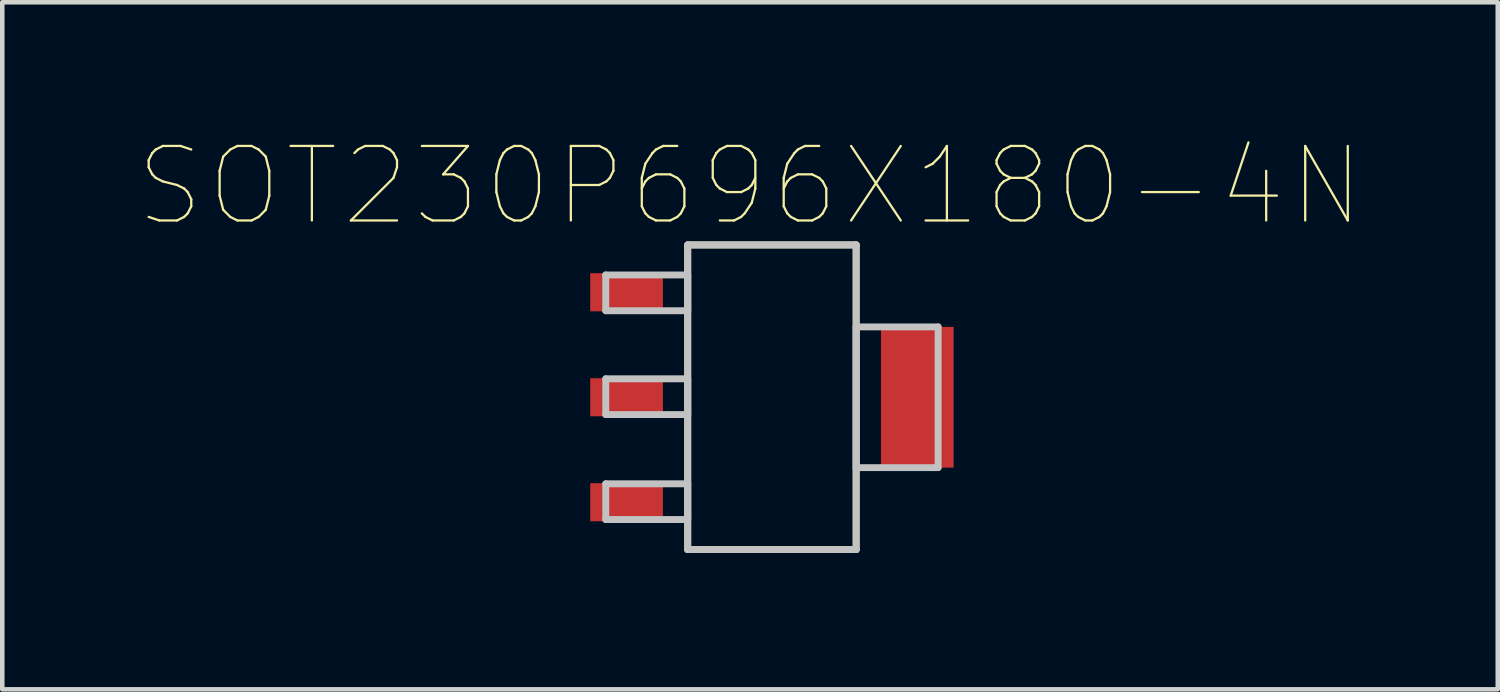
<source format=kicad_pcb>
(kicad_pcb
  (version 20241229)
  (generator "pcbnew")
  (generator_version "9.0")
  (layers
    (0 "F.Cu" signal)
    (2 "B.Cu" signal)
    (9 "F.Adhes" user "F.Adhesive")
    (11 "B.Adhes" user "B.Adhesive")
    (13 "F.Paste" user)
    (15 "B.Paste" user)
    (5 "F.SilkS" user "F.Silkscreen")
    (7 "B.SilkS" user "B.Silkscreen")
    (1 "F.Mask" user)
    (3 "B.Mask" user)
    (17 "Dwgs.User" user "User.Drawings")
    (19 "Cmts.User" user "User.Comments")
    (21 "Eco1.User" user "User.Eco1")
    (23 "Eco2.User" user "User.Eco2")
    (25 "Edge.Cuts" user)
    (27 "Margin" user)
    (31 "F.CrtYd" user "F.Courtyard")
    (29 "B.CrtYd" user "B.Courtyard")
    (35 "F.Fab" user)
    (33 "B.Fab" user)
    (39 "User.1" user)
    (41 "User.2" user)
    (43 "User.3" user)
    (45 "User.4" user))
  (footprint "SOT230P696X180-4N"
    (layer "F.Cu")
    (at 13.943 5.695)
    (property "Reference" "SOT230P696X180-4N" (at -0.483 -4.648 0) (layer "F.SilkS") (effects (font (size 1.64 1.64) (thickness 0.05))))
    (attr smd)
    (fp_line (start -1.854 -3.353) (end -1.854 3.353) (stroke (width 0.152) (type solid)) (layer "F.SilkS"))
    (fp_line (start -1.854 3.353) (end 1.854 3.353) (stroke (width 0.152) (type solid)) (layer "F.SilkS"))
    (fp_line (start 1.854 -3.353) (end -1.854 -3.353) (stroke (width 0.152) (type solid)) (layer "F.SilkS"))
    (fp_line (start 1.854 3.353) (end 1.854 -3.353) (stroke (width 0.152) (type solid)) (layer "F.SilkS"))
    (fp_line (start -3.658 -2.692) (end -3.658 -1.905) (stroke (width 0.152) (type solid)) (layer "Dwgs.User"))
    (fp_line (start -3.658 -1.905) (end -1.854 -1.905) (stroke (width 0.152) (type solid)) (layer "Dwgs.User"))
    (fp_line (start -3.658 -0.406) (end -3.658 0.381) (stroke (width 0.152) (type solid)) (layer "Dwgs.User"))
    (fp_line (start -3.658 0.381) (end -1.854 0.381) (stroke (width 0.152) (type solid)) (layer "Dwgs.User"))
    (fp_line (start -3.658 1.905) (end -3.658 2.692) (stroke (width 0.152) (type solid)) (layer "Dwgs.User"))
    (fp_line (start -3.658 2.692) (end -1.854 2.692) (stroke (width 0.152) (type solid)) (layer "Dwgs.User"))
    (fp_line (start -1.854 -3.353) (end -1.854 3.353) (stroke (width 0.152) (type solid)) (layer "Dwgs.User"))
    (fp_line (start -1.854 -2.692) (end -3.658 -2.692) (stroke (width 0.152) (type solid)) (layer "Dwgs.User"))
    (fp_line (start -1.854 -1.905) (end -1.854 -2.692) (stroke (width 0.152) (type solid)) (layer "Dwgs.User"))
    (fp_line (start -1.854 -0.406) (end -3.658 -0.406) (stroke (width 0.152) (type solid)) (layer "Dwgs.User"))
    (fp_line (start -1.854 0.381) (end -1.854 -0.406) (stroke (width 0.152) (type solid)) (layer "Dwgs.User"))
    (fp_line (start -1.854 1.905) (end -3.658 1.905) (stroke (width 0.152) (type solid)) (layer "Dwgs.User"))
    (fp_line (start -1.854 2.692) (end -1.854 1.905) (stroke (width 0.152) (type solid)) (layer "Dwgs.User"))
    (fp_line (start -1.854 3.353) (end 1.854 3.353) (stroke (width 0.152) (type solid)) (layer "Dwgs.User"))
    (fp_line (start 1.854 -3.353) (end -1.854 -3.353) (stroke (width 0.152) (type solid)) (layer "Dwgs.User"))
    (fp_line (start 1.854 -1.549) (end 1.854 1.549) (stroke (width 0.152) (type solid)) (layer "Dwgs.User"))
    (fp_line (start 1.854 1.549) (end 3.658 1.549) (stroke (width 0.152) (type solid)) (layer "Dwgs.User"))
    (fp_line (start 1.854 3.353) (end 1.854 -3.353) (stroke (width 0.152) (type solid)) (layer "Dwgs.User"))
    (fp_line (start 3.658 -1.549) (end 1.854 -1.549) (stroke (width 0.152) (type solid)) (layer "Dwgs.User"))
    (fp_line (start 3.658 1.549) (end 3.658 -1.549) (stroke (width 0.152) (type solid)) (layer "Dwgs.User"))
    (pad "1" smd rect (at -3.2 -2.311) (size 1.6 0.838) (layers "F.Cu" "F.Mask" "F.Paste"))
    (pad "2" smd rect (at -3.2 0) (size 1.6 0.838) (layers "F.Cu" "F.Mask" "F.Paste"))
    (pad "3" smd rect (at -3.2 2.311) (size 1.6 0.838) (layers "F.Cu" "F.Mask" "F.Paste"))
    (pad "4" smd rect (at 3.2 0) (size 1.6 3.099) (layers "F.Cu" "F.Mask" "F.Paste")))
  (gr_rect
    (start -3 -3)
    (end 29.921 12.124)
    (stroke (width 0.1) (type default))
    (fill no)
    (layer "Edge.Cuts")))
</source>
